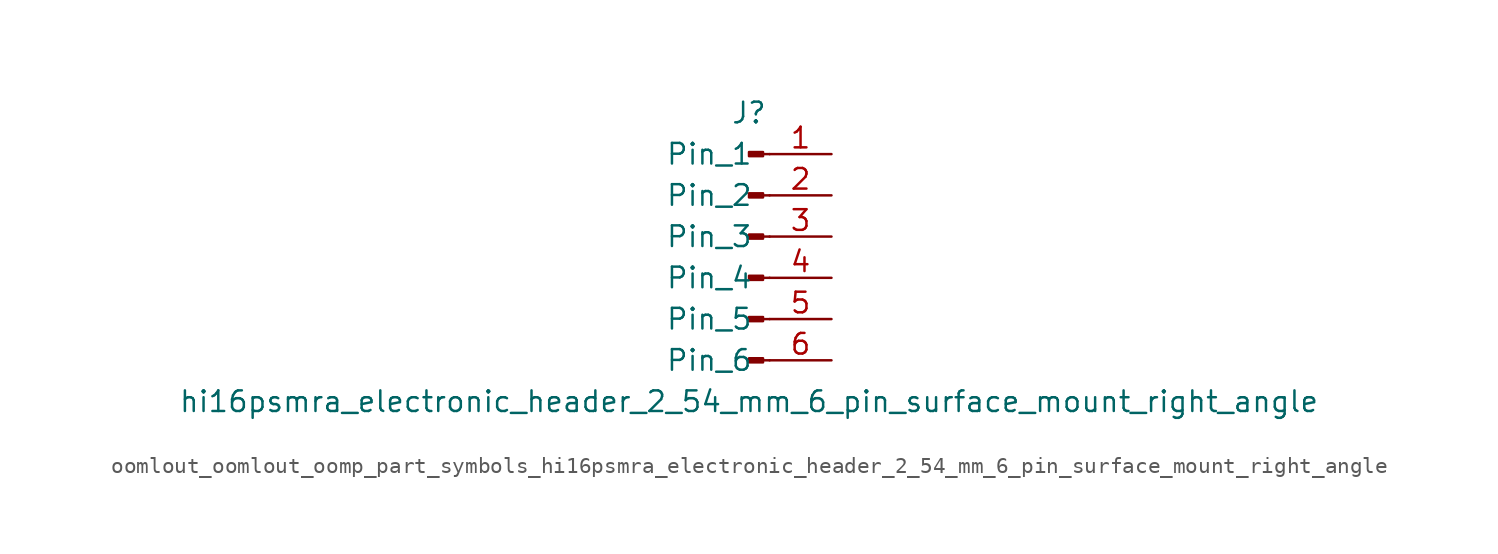
<source format=kicad_sym>
(kicad_symbol_lib
  (version 20220914)
  (generator kicad_symbol_editor)
  (symbol "oomlout_oomlout_oomp_part_symbols_hi16psmra_electronic_header_2_54_mm_6_pin_surface_mount_right_angle"
    (pin_names
      (offset 1.016))
    (property "Reference" "J"
      (at 0 7.62 0)
      (effects (font (size 1.27 1.27))))
    (property "Value" "hi16psmra_electronic_header_2_54_mm_6_pin_surface_mount_right_angle"
      (at 0 -10.16 0)
      (effects (font (size 1.27 1.27))))
    (property "ki_locked" ""
      (at 0 0 0)
      (effects (font (size 1.27 1.27))))
    (symbol "oomlout_oomlout_oomp_part_symbols_hi16psmra_electronic_header_2_54_mm_6_pin_surface_mount_right_angle_1_1"
      (polyline (pts (xy 1.27 -7.62) (xy 0.864 -7.62)) (stroke (width 0.152) (type default)) (fill (type none)))
      (polyline (pts (xy 1.27 -5.08) (xy 0.864 -5.08)) (stroke (width 0.152) (type default)) (fill (type none)))
      (polyline (pts (xy 1.27 -2.54) (xy 0.864 -2.54)) (stroke (width 0.152) (type default)) (fill (type none)))
      (polyline (pts (xy 1.27 0) (xy 0.864 0)) (stroke (width 0.152) (type default)) (fill (type none)))
      (polyline (pts (xy 1.27 2.54) (xy 0.864 2.54)) (stroke (width 0.152) (type default)) (fill (type none)))
      (polyline (pts (xy 1.27 5.08) (xy 0.864 5.08)) (stroke (width 0.152) (type default)) (fill (type none)))
      (rectangle (start 0.864 -7.493) (end 0 -7.747) (stroke (width 0.152) (type default)) (fill (type outline)))
      (rectangle (start 0.864 -4.953) (end 0 -5.207) (stroke (width 0.152) (type default)) (fill (type outline)))
      (rectangle (start 0.864 -2.413) (end 0 -2.667) (stroke (width 0.152) (type default)) (fill (type outline)))
      (rectangle (start 0.864 0.127) (end 0 -0.127) (stroke (width 0.152) (type default)) (fill (type outline)))
      (rectangle (start 0.864 2.667) (end 0 2.413) (stroke (width 0.152) (type default)) (fill (type outline)))
      (rectangle (start 0.864 5.207) (end 0 4.953) (stroke (width 0.152) (type default)) (fill (type outline)))
      (pin passive line (at 5.08 5.08 180) (length 3.81) (name "Pin_1" (effects (font (size 1.27 1.27)))) (number "1" (effects (font (size 1.27 1.27)))))
      (pin passive line (at 5.08 2.54 180) (length 3.81) (name "Pin_2" (effects (font (size 1.27 1.27)))) (number "2" (effects (font (size 1.27 1.27)))))
      (pin passive line (at 5.08 0 180) (length 3.81) (name "Pin_3" (effects (font (size 1.27 1.27)))) (number "3" (effects (font (size 1.27 1.27)))))
      (pin passive line (at 5.08 -2.54 180) (length 3.81) (name "Pin_4" (effects (font (size 1.27 1.27)))) (number "4" (effects (font (size 1.27 1.27)))))
      (pin passive line (at 5.08 -5.08 180) (length 3.81) (name "Pin_5" (effects (font (size 1.27 1.27)))) (number "5" (effects (font (size 1.27 1.27)))))
      (pin passive line (at 5.08 -7.62 180) (length 3.81) (name "Pin_6" (effects (font (size 1.27 1.27)))) (number "6" (effects (font (size 1.27 1.27))))))))
</source>
